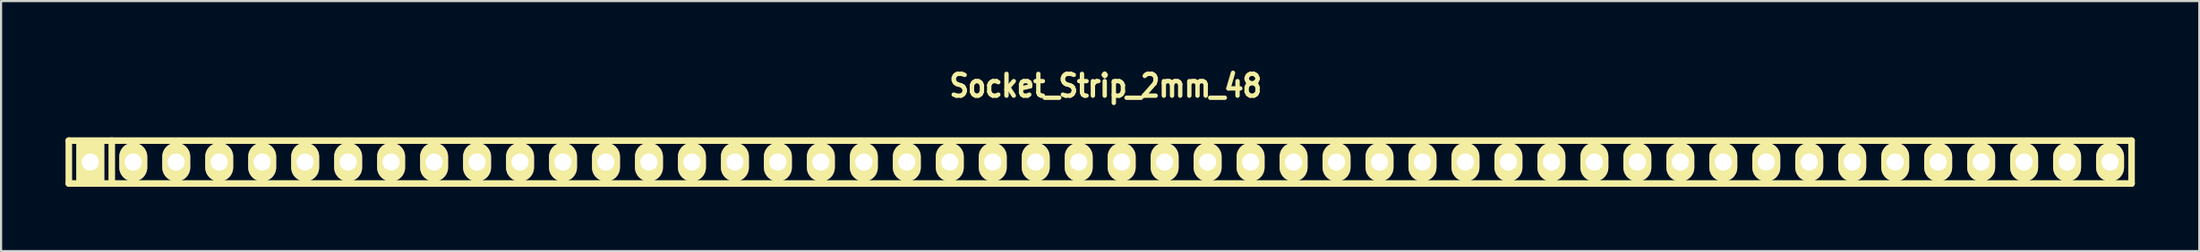
<source format=kicad_pcb>
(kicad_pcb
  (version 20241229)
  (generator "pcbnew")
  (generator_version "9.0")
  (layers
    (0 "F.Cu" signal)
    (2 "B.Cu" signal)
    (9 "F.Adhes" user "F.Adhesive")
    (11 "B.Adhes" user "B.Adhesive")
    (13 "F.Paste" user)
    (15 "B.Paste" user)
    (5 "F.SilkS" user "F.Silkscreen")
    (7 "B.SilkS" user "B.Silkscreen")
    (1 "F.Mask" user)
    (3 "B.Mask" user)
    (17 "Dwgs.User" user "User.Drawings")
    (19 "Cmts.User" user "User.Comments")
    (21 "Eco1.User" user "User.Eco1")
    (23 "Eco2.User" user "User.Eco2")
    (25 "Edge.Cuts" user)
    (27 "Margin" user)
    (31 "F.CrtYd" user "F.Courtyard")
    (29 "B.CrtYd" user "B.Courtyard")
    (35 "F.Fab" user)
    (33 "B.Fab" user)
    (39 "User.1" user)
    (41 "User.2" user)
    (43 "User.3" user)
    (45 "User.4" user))
  (footprint "Socket_Strip_2mm_48"
    (layer "F.Cu")
    (at 48.152 4.507)
    (property "Reference" "Socket_Strip_2mm_48" (at 0.254 -3.556 0) (layer "F.SilkS") (effects (font (size 1.016 0.889) (thickness 0.203))))
    (attr through_hole)
    (fp_line (start -48 -1) (end 48 -1) (stroke (width 0.305) (type solid)) (layer "F.SilkS"))
    (fp_line (start -48 1) (end -48 -1) (stroke (width 0.305) (type solid)) (layer "F.SilkS"))
    (fp_line (start -46 -1) (end -46 1) (stroke (width 0.305) (type solid)) (layer "F.SilkS"))
    (fp_line (start 48 -1) (end 48 1) (stroke (width 0.305) (type solid)) (layer "F.SilkS"))
    (fp_line (start 48 1) (end -48 1) (stroke (width 0.305) (type solid)) (layer "F.SilkS"))
    (pad "1" thru_hole rect (at -47 0) (size 1.3 1.8) (drill 0.8) (layers "*.Cu" "*.Mask" "F.SilkS"))
    (pad "2" thru_hole oval (at -45 0) (size 1.3 1.8) (drill 0.8) (layers "*.Cu" "*.Mask" "F.SilkS"))
    (pad "3" thru_hole oval (at -43 0) (size 1.3 1.8) (drill 0.8) (layers "*.Cu" "*.Mask" "F.SilkS"))
    (pad "4" thru_hole oval (at -41 0) (size 1.3 1.8) (drill 0.8) (layers "*.Cu" "*.Mask" "F.SilkS"))
    (pad "5" thru_hole oval (at -39 0) (size 1.3 1.8) (drill 0.8) (layers "*.Cu" "*.Mask" "F.SilkS"))
    (pad "6" thru_hole oval (at -37 0) (size 1.3 1.8) (drill 0.8) (layers "*.Cu" "*.Mask" "F.SilkS"))
    (pad "7" thru_hole oval (at -35 0) (size 1.3 1.8) (drill 0.8) (layers "*.Cu" "*.Mask" "F.SilkS"))
    (pad "8" thru_hole oval (at -33 0) (size 1.3 1.8) (drill 0.8) (layers "*.Cu" "*.Mask" "F.SilkS"))
    (pad "9" thru_hole oval (at -31 0) (size 1.3 1.8) (drill 0.8) (layers "*.Cu" "*.Mask" "F.SilkS"))
    (pad "10" thru_hole oval (at -29 0) (size 1.3 1.8) (drill 0.8) (layers "*.Cu" "*.Mask" "F.SilkS"))
    (pad "11" thru_hole oval (at -27 0) (size 1.3 1.8) (drill 0.8) (layers "*.Cu" "*.Mask" "F.SilkS"))
    (pad "12" thru_hole oval (at -25 0) (size 1.3 1.8) (drill 0.8) (layers "*.Cu" "*.Mask" "F.SilkS"))
    (pad "13" thru_hole oval (at -23 0) (size 1.3 1.8) (drill 0.8) (layers "*.Cu" "*.Mask" "F.SilkS"))
    (pad "14" thru_hole oval (at -21 0) (size 1.3 1.8) (drill 0.8) (layers "*.Cu" "*.Mask" "F.SilkS"))
    (pad "15" thru_hole oval (at -19 0) (size 1.3 1.8) (drill 0.8) (layers "*.Cu" "*.Mask" "F.SilkS"))
    (pad "16" thru_hole oval (at -17 0) (size 1.3 1.8) (drill 0.8) (layers "*.Cu" "*.Mask" "F.SilkS"))
    (pad "17" thru_hole oval (at -15 0) (size 1.3 1.8) (drill 0.8) (layers "*.Cu" "*.Mask" "F.SilkS"))
    (pad "18" thru_hole oval (at -13 0) (size 1.3 1.8) (drill 0.8) (layers "*.Cu" "*.Mask" "F.SilkS"))
    (pad "19" thru_hole oval (at -11 0) (size 1.3 1.8) (drill 0.8) (layers "*.Cu" "*.Mask" "F.SilkS"))
    (pad "20" thru_hole oval (at -9 0) (size 1.3 1.8) (drill 0.8) (layers "*.Cu" "*.Mask" "F.SilkS"))
    (pad "21" thru_hole oval (at -7 0) (size 1.3 1.8) (drill 0.8) (layers "*.Cu" "*.Mask" "F.SilkS"))
    (pad "22" thru_hole oval (at -5 0) (size 1.3 1.8) (drill 0.8) (layers "*.Cu" "*.Mask" "F.SilkS"))
    (pad "23" thru_hole oval (at -3 0) (size 1.3 1.8) (drill 0.8) (layers "*.Cu" "*.Mask" "F.SilkS"))
    (pad "24" thru_hole oval (at -1 0) (size 1.3 1.8) (drill 0.8) (layers "*.Cu" "*.Mask" "F.SilkS"))
    (pad "25" thru_hole oval (at 1 0) (size 1.3 1.8) (drill 0.8) (layers "*.Cu" "*.Mask" "F.SilkS"))
    (pad "26" thru_hole oval (at 3 0) (size 1.3 1.8) (drill 0.8) (layers "*.Cu" "*.Mask" "F.SilkS"))
    (pad "27" thru_hole oval (at 5 0) (size 1.3 1.8) (drill 0.8) (layers "*.Cu" "*.Mask" "F.SilkS"))
    (pad "28" thru_hole oval (at 7 0) (size 1.3 1.8) (drill 0.8) (layers "*.Cu" "*.Mask" "F.SilkS"))
    (pad "29" thru_hole oval (at 9 0) (size 1.3 1.8) (drill 0.8) (layers "*.Cu" "*.Mask" "F.SilkS"))
    (pad "30" thru_hole oval (at 11 0) (size 1.3 1.8) (drill 0.8) (layers "*.Cu" "*.Mask" "F.SilkS"))
    (pad "31" thru_hole oval (at 13 0) (size 1.3 1.8) (drill 0.8) (layers "*.Cu" "*.Mask" "F.SilkS"))
    (pad "32" thru_hole oval (at 15 0) (size 1.3 1.8) (drill 0.8) (layers "*.Cu" "*.Mask" "F.SilkS"))
    (pad "33" thru_hole oval (at 17 0) (size 1.3 1.8) (drill 0.8) (layers "*.Cu" "*.Mask" "F.SilkS"))
    (pad "34" thru_hole oval (at 19 0) (size 1.3 1.8) (drill 0.8) (layers "*.Cu" "*.Mask" "F.SilkS"))
    (pad "35" thru_hole oval (at 21 0) (size 1.3 1.8) (drill 0.8) (layers "*.Cu" "*.Mask" "F.SilkS"))
    (pad "36" thru_hole oval (at 23 0) (size 1.3 1.8) (drill 0.8) (layers "*.Cu" "*.Mask" "F.SilkS"))
    (pad "37" thru_hole oval (at 25 0) (size 1.3 1.8) (drill 0.8) (layers "*.Cu" "*.Mask" "F.SilkS"))
    (pad "38" thru_hole oval (at 27 0) (size 1.3 1.8) (drill 0.8) (layers "*.Cu" "*.Mask" "F.SilkS"))
    (pad "39" thru_hole oval (at 29 0) (size 1.3 1.8) (drill 0.8) (layers "*.Cu" "*.Mask" "F.SilkS"))
    (pad "40" thru_hole oval (at 31 0) (size 1.3 1.8) (drill 0.8) (layers "*.Cu" "*.Mask" "F.SilkS"))
    (pad "41" thru_hole oval (at 33 0) (size 1.3 1.8) (drill 0.8) (layers "*.Cu" "*.Mask" "F.SilkS"))
    (pad "42" thru_hole oval (at 35 0) (size 1.3 1.8) (drill 0.8) (layers "*.Cu" "*.Mask" "F.SilkS"))
    (pad "43" thru_hole oval (at 37 0) (size 1.3 1.8) (drill 0.8) (layers "*.Cu" "*.Mask" "F.SilkS"))
    (pad "44" thru_hole oval (at 39 0) (size 1.3 1.8) (drill 0.8) (layers "*.Cu" "*.Mask" "F.SilkS"))
    (pad "45" thru_hole oval (at 41 0) (size 1.3 1.8) (drill 0.8) (layers "*.Cu" "*.Mask" "F.SilkS"))
    (pad "46" thru_hole oval (at 43 0) (size 1.3 1.8) (drill 0.8) (layers "*.Cu" "*.Mask" "F.SilkS"))
    (pad "47" thru_hole oval (at 45 0) (size 1.3 1.8) (drill 0.8) (layers "*.Cu" "*.Mask" "F.SilkS"))
    (pad "48" thru_hole oval (at 47 0) (size 1.3 1.8) (drill 0.8) (layers "*.Cu" "*.Mask" "F.SilkS")))
  (gr_rect
    (start -3 -3)
    (end 99.305 8.659)
    (stroke (width 0.1) (type default))
    (fill no)
    (layer "Edge.Cuts")))
</source>
